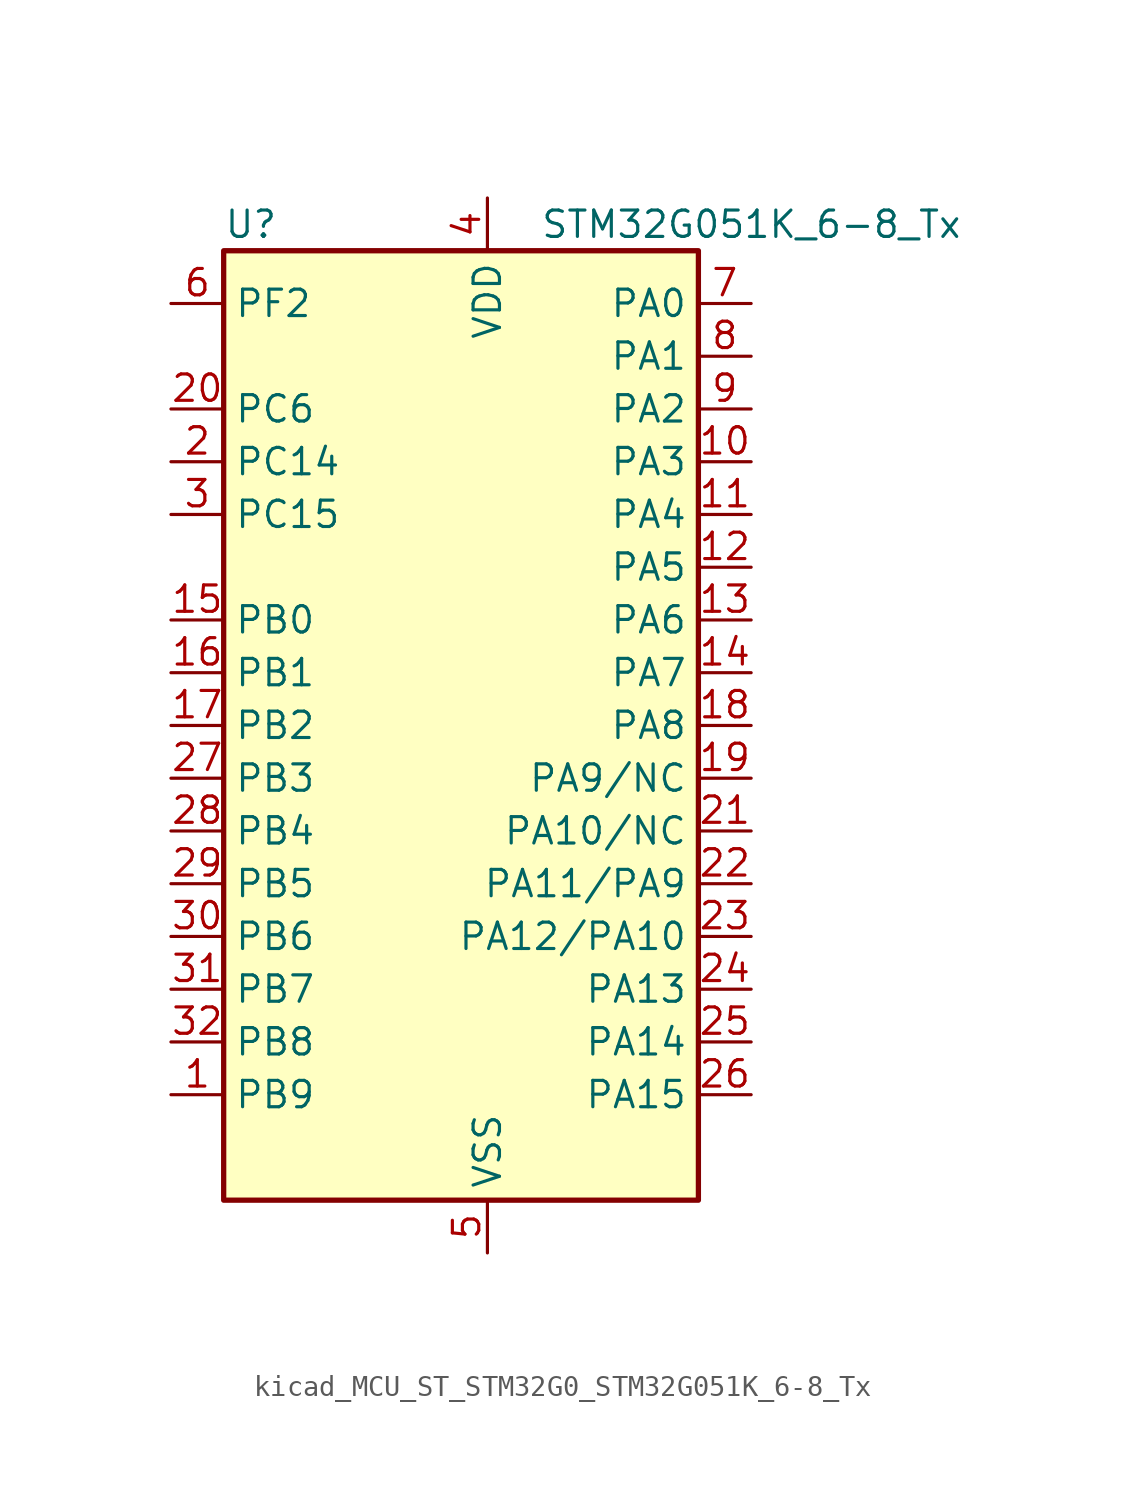
<source format=kicad_sym>
(kicad_symbol_lib
  (version 20220914)
  (generator kicad_symbol_editor)
  (symbol "kicad_MCU_ST_STM32G0_STM32G051K_6-8_Tx"
    (property "Reference" "U"
      (at -10.16 24.13 0)
      (effects (font (size 1.27 1.27)) (justify left)))
    (property "Value" "STM32G051K_6-8_Tx"
      (at 5.08 24.13 0)
      (effects (font (size 1.27 1.27)) (justify left)))
    (property "ki_locked" ""
      (at 0 0 0)
      (effects (font (size 1.27 1.27))))
    (symbol "kicad_MCU_ST_STM32G0_STM32G051K_6-8_Tx_0_1"
      (rectangle (start -10.16 -22.86) (end 12.7 22.86) (stroke (width 0.254) (type default)) (fill (type background))))
    (symbol "kicad_MCU_ST_STM32G0_STM32G051K_6-8_Tx_1_1"
      (pin bidirectional line (at -12.7 -17.78 0) (length 2.54) (name "PB9" (effects (font (size 1.27 1.27)))) (number "1" (effects (font (size 1.27 1.27)))) (alternate "DAC1_EXTI9" bidirectional line) (alternate "I2C1_SDA" bidirectional line) (alternate "IR_OUT" bidirectional line) (alternate "SPI2_NSS" bidirectional line) (alternate "TIM17_CH1" bidirectional line))
      (pin bidirectional line (at 15.24 12.7 180) (length 2.54) (name "PA3" (effects (font (size 1.27 1.27)))) (number "10" (effects (font (size 1.27 1.27)))) (alternate "ADC1_IN3" bidirectional line) (alternate "COMP2_INP" bidirectional line) (alternate "LPUART1_RX" bidirectional line) (alternate "SPI2_MISO" bidirectional line) (alternate "TIM15_CH2" bidirectional line) (alternate "TIM2_CH4" bidirectional line) (alternate "USART2_RX" bidirectional line))
      (pin bidirectional line (at 15.24 10.16 180) (length 2.54) (name "PA4" (effects (font (size 1.27 1.27)))) (number "11" (effects (font (size 1.27 1.27)))) (alternate "ADC1_IN4" bidirectional line) (alternate "DAC1_OUT1" bidirectional line) (alternate "I2S1_WS" bidirectional line) (alternate "LPTIM2_OUT" bidirectional line) (alternate "RTC_OUT1" bidirectional line) (alternate "RTC_TAMP_IN1" bidirectional line) (alternate "RTC_TS" bidirectional line) (alternate "SPI1_NSS" bidirectional line) (alternate "SPI2_MOSI" bidirectional line) (alternate "SYS_WKUP2" bidirectional line) (alternate "TIM14_CH1" bidirectional line))
      (pin bidirectional line (at 15.24 7.62 180) (length 2.54) (name "PA5" (effects (font (size 1.27 1.27)))) (number "12" (effects (font (size 1.27 1.27)))) (alternate "ADC1_IN5" bidirectional line) (alternate "DAC1_OUT2" bidirectional line) (alternate "I2S1_CK" bidirectional line) (alternate "LPTIM2_ETR" bidirectional line) (alternate "SPI1_SCK" bidirectional line) (alternate "TIM2_CH1" bidirectional line) (alternate "TIM2_ETR" bidirectional line))
      (pin bidirectional line (at 15.24 5.08 180) (length 2.54) (name "PA6" (effects (font (size 1.27 1.27)))) (number "13" (effects (font (size 1.27 1.27)))) (alternate "ADC1_IN6" bidirectional line) (alternate "COMP1_OUT" bidirectional line) (alternate "I2S1_MCK" bidirectional line) (alternate "LPUART1_CTS" bidirectional line) (alternate "SPI1_MISO" bidirectional line) (alternate "TIM16_CH1" bidirectional line) (alternate "TIM1_BK" bidirectional line) (alternate "TIM3_CH1" bidirectional line))
      (pin bidirectional line (at 15.24 2.54 180) (length 2.54) (name "PA7" (effects (font (size 1.27 1.27)))) (number "14" (effects (font (size 1.27 1.27)))) (alternate "ADC1_IN7" bidirectional line) (alternate "COMP2_OUT" bidirectional line) (alternate "I2S1_SD" bidirectional line) (alternate "SPI1_MOSI" bidirectional line) (alternate "TIM14_CH1" bidirectional line) (alternate "TIM17_CH1" bidirectional line) (alternate "TIM1_CH1N" bidirectional line) (alternate "TIM3_CH2" bidirectional line))
      (pin bidirectional line (at -12.7 5.08 0) (length 2.54) (name "PB0" (effects (font (size 1.27 1.27)))) (number "15" (effects (font (size 1.27 1.27)))) (alternate "ADC1_IN8" bidirectional line) (alternate "COMP1_OUT" bidirectional line) (alternate "I2S1_WS" bidirectional line) (alternate "LPTIM1_OUT" bidirectional line) (alternate "SPI1_NSS" bidirectional line) (alternate "TIM1_CH2N" bidirectional line) (alternate "TIM3_CH3" bidirectional line))
      (pin bidirectional line (at -12.7 2.54 0) (length 2.54) (name "PB1" (effects (font (size 1.27 1.27)))) (number "16" (effects (font (size 1.27 1.27)))) (alternate "ADC1_IN9" bidirectional line) (alternate "COMP1_INM" bidirectional line) (alternate "LPTIM2_IN1" bidirectional line) (alternate "LPUART1_DE" bidirectional line) (alternate "LPUART1_RTS" bidirectional line) (alternate "TIM14_CH1" bidirectional line) (alternate "TIM1_CH3N" bidirectional line) (alternate "TIM3_CH4" bidirectional line))
      (pin bidirectional line (at -12.7 0 0) (length 2.54) (name "PB2" (effects (font (size 1.27 1.27)))) (number "17" (effects (font (size 1.27 1.27)))) (alternate "ADC1_IN10" bidirectional line) (alternate "COMP1_INP" bidirectional line) (alternate "LPTIM1_OUT" bidirectional line) (alternate "SPI2_MISO" bidirectional line))
      (pin bidirectional line (at 15.24 0 180) (length 2.54) (name "PA8" (effects (font (size 1.27 1.27)))) (number "18" (effects (font (size 1.27 1.27)))) (alternate "LPTIM2_OUT" bidirectional line) (alternate "RCC_MCO" bidirectional line) (alternate "SPI2_NSS" bidirectional line) (alternate "TIM1_CH1" bidirectional line))
      (pin bidirectional line (at 15.24 -2.54 180) (length 2.54) (name "PA9/NC" (effects (font (size 1.27 1.27)))) (number "19" (effects (font (size 1.27 1.27)))) (alternate "DAC1_EXTI9" bidirectional line) (alternate "I2C1_SCL" bidirectional line) (alternate "RCC_MCO" bidirectional line) (alternate "SPI2_MISO" bidirectional line) (alternate "TIM15_BK" bidirectional line) (alternate "TIM1_CH2" bidirectional line) (alternate "USART1_TX" bidirectional line))
      (pin bidirectional line (at -12.7 12.7 0) (length 2.54) (name "PC14" (effects (font (size 1.27 1.27)))) (number "2" (effects (font (size 1.27 1.27)))) (alternate "RCC_OSC32_IN" bidirectional line) (alternate "RCC_OSC_IN" bidirectional line) (alternate "TIM1_BK2" bidirectional line))
      (pin bidirectional line (at -12.7 15.24 0) (length 2.54) (name "PC6" (effects (font (size 1.27 1.27)))) (number "20" (effects (font (size 1.27 1.27)))) (alternate "TIM2_CH3" bidirectional line) (alternate "TIM3_CH1" bidirectional line))
      (pin bidirectional line (at 15.24 -5.08 180) (length 2.54) (name "PA10/NC" (effects (font (size 1.27 1.27)))) (number "21" (effects (font (size 1.27 1.27)))) (alternate "I2C1_SDA" bidirectional line) (alternate "SPI2_MOSI" bidirectional line) (alternate "TIM17_BK" bidirectional line) (alternate "TIM1_CH3" bidirectional line) (alternate "USART1_RX" bidirectional line))
      (pin bidirectional line (at 15.24 -7.62 180) (length 2.54) (name "PA11/PA9" (effects (font (size 1.27 1.27)))) (number "22" (effects (font (size 1.27 1.27)))) (alternate "ADC1_EXTI11" bidirectional line) (alternate "ADC1_IN15" bidirectional line) (alternate "COMP1_OUT" bidirectional line) (alternate "I2C2_SCL" bidirectional line) (alternate "I2S1_MCK" bidirectional line) (alternate "SPI1_MISO" bidirectional line) (alternate "TIM1_BK2" bidirectional line) (alternate "TIM1_CH4" bidirectional line) (alternate "USART1_CTS" bidirectional line) (alternate "USART1_NSS" bidirectional line))
      (pin bidirectional line (at 15.24 -10.16 180) (length 2.54) (name "PA12/PA10" (effects (font (size 1.27 1.27)))) (number "23" (effects (font (size 1.27 1.27)))) (alternate "ADC1_IN16" bidirectional line) (alternate "COMP2_OUT" bidirectional line) (alternate "I2C2_SDA" bidirectional line) (alternate "I2S1_SD" bidirectional line) (alternate "I2S_CKIN" bidirectional line) (alternate "SPI1_MOSI" bidirectional line) (alternate "TIM1_ETR" bidirectional line) (alternate "USART1_CK" bidirectional line) (alternate "USART1_DE" bidirectional line) (alternate "USART1_RTS" bidirectional line))
      (pin bidirectional line (at 15.24 -12.7 180) (length 2.54) (name "PA13" (effects (font (size 1.27 1.27)))) (number "24" (effects (font (size 1.27 1.27)))) (alternate "ADC1_IN17" bidirectional line) (alternate "IR_OUT" bidirectional line) (alternate "SYS_SWDIO" bidirectional line))
      (pin bidirectional line (at 15.24 -15.24 180) (length 2.54) (name "PA14" (effects (font (size 1.27 1.27)))) (number "25" (effects (font (size 1.27 1.27)))) (alternate "ADC1_IN18" bidirectional line) (alternate "SYS_SWCLK" bidirectional line) (alternate "USART2_TX" bidirectional line))
      (pin bidirectional line (at 15.24 -17.78 180) (length 2.54) (name "PA15" (effects (font (size 1.27 1.27)))) (number "26" (effects (font (size 1.27 1.27)))) (alternate "I2S1_WS" bidirectional line) (alternate "SPI1_NSS" bidirectional line) (alternate "TIM2_CH1" bidirectional line) (alternate "TIM2_ETR" bidirectional line) (alternate "USART2_RX" bidirectional line))
      (pin bidirectional line (at -12.7 -2.54 0) (length 2.54) (name "PB3" (effects (font (size 1.27 1.27)))) (number "27" (effects (font (size 1.27 1.27)))) (alternate "COMP2_INM" bidirectional line) (alternate "I2S1_CK" bidirectional line) (alternate "SPI1_SCK" bidirectional line) (alternate "TIM1_CH2" bidirectional line) (alternate "TIM2_CH2" bidirectional line) (alternate "USART1_CK" bidirectional line) (alternate "USART1_DE" bidirectional line) (alternate "USART1_RTS" bidirectional line))
      (pin bidirectional line (at -12.7 -5.08 0) (length 2.54) (name "PB4" (effects (font (size 1.27 1.27)))) (number "28" (effects (font (size 1.27 1.27)))) (alternate "COMP2_INP" bidirectional line) (alternate "I2S1_MCK" bidirectional line) (alternate "SPI1_MISO" bidirectional line) (alternate "TIM17_BK" bidirectional line) (alternate "TIM3_CH1" bidirectional line) (alternate "USART1_CTS" bidirectional line) (alternate "USART1_NSS" bidirectional line))
      (pin bidirectional line (at -12.7 -7.62 0) (length 2.54) (name "PB5" (effects (font (size 1.27 1.27)))) (number "29" (effects (font (size 1.27 1.27)))) (alternate "COMP2_OUT" bidirectional line) (alternate "I2C1_SMBA" bidirectional line) (alternate "I2S1_SD" bidirectional line) (alternate "LPTIM1_IN1" bidirectional line) (alternate "SPI1_MOSI" bidirectional line) (alternate "SYS_WKUP6" bidirectional line) (alternate "TIM16_BK" bidirectional line) (alternate "TIM3_CH2" bidirectional line))
      (pin bidirectional line (at -12.7 10.16 0) (length 2.54) (name "PC15" (effects (font (size 1.27 1.27)))) (number "3" (effects (font (size 1.27 1.27)))) (alternate "RCC_OSC32_EN" bidirectional line) (alternate "RCC_OSC32_OUT" bidirectional line) (alternate "RCC_OSC_EN" bidirectional line) (alternate "TIM15_BK" bidirectional line))
      (pin bidirectional line (at -12.7 -10.16 0) (length 2.54) (name "PB6" (effects (font (size 1.27 1.27)))) (number "30" (effects (font (size 1.27 1.27)))) (alternate "COMP2_INP" bidirectional line) (alternate "I2C1_SCL" bidirectional line) (alternate "LPTIM1_ETR" bidirectional line) (alternate "SPI2_MISO" bidirectional line) (alternate "TIM16_CH1N" bidirectional line) (alternate "TIM1_CH3" bidirectional line) (alternate "USART1_TX" bidirectional line))
      (pin bidirectional line (at -12.7 -12.7 0) (length 2.54) (name "PB7" (effects (font (size 1.27 1.27)))) (number "31" (effects (font (size 1.27 1.27)))) (alternate "ADC1_IN11" bidirectional line) (alternate "COMP2_INM" bidirectional line) (alternate "I2C1_SDA" bidirectional line) (alternate "LPTIM1_IN2" bidirectional line) (alternate "SPI2_MOSI" bidirectional line) (alternate "SYS_PVD_IN" bidirectional line) (alternate "TIM17_CH1N" bidirectional line) (alternate "USART1_RX" bidirectional line))
      (pin bidirectional line (at -12.7 -15.24 0) (length 2.54) (name "PB8" (effects (font (size 1.27 1.27)))) (number "32" (effects (font (size 1.27 1.27)))) (alternate "I2C1_SCL" bidirectional line) (alternate "SPI2_SCK" bidirectional line) (alternate "TIM15_BK" bidirectional line) (alternate "TIM16_CH1" bidirectional line))
      (pin power_in line (at 2.54 25.4 270) (length 2.54) (name "VDD" (effects (font (size 1.27 1.27)))) (number "4" (effects (font (size 1.27 1.27)))))
      (pin power_in line (at 2.54 -25.4 90) (length 2.54) (name "VSS" (effects (font (size 1.27 1.27)))) (number "5" (effects (font (size 1.27 1.27)))))
      (pin bidirectional line (at -12.7 20.32 0) (length 2.54) (name "PF2" (effects (font (size 1.27 1.27)))) (number "6" (effects (font (size 1.27 1.27)))) (alternate "RCC_MCO" bidirectional line))
      (pin bidirectional line (at 15.24 20.32 180) (length 2.54) (name "PA0" (effects (font (size 1.27 1.27)))) (number "7" (effects (font (size 1.27 1.27)))) (alternate "ADC1_IN0" bidirectional line) (alternate "COMP1_INM" bidirectional line) (alternate "COMP1_OUT" bidirectional line) (alternate "LPTIM1_OUT" bidirectional line) (alternate "RTC_TAMP_IN2" bidirectional line) (alternate "SPI2_SCK" bidirectional line) (alternate "SYS_WKUP1" bidirectional line) (alternate "TIM2_CH1" bidirectional line) (alternate "TIM2_ETR" bidirectional line) (alternate "USART2_CTS" bidirectional line) (alternate "USART2_NSS" bidirectional line))
      (pin bidirectional line (at 15.24 17.78 180) (length 2.54) (name "PA1" (effects (font (size 1.27 1.27)))) (number "8" (effects (font (size 1.27 1.27)))) (alternate "ADC1_IN1" bidirectional line) (alternate "COMP1_INP" bidirectional line) (alternate "I2C1_SMBA" bidirectional line) (alternate "I2S1_CK" bidirectional line) (alternate "SPI1_SCK" bidirectional line) (alternate "TIM15_CH1N" bidirectional line) (alternate "TIM2_CH2" bidirectional line) (alternate "USART2_CK" bidirectional line) (alternate "USART2_DE" bidirectional line) (alternate "USART2_RTS" bidirectional line))
      (pin bidirectional line (at 15.24 15.24 180) (length 2.54) (name "PA2" (effects (font (size 1.27 1.27)))) (number "9" (effects (font (size 1.27 1.27)))) (alternate "ADC1_IN2" bidirectional line) (alternate "COMP2_INM" bidirectional line) (alternate "COMP2_OUT" bidirectional line) (alternate "I2S1_SD" bidirectional line) (alternate "LPUART1_TX" bidirectional line) (alternate "RCC_LSCO" bidirectional line) (alternate "SPI1_MOSI" bidirectional line) (alternate "SYS_WKUP4" bidirectional line) (alternate "TIM15_CH1" bidirectional line) (alternate "TIM2_CH3" bidirectional line) (alternate "USART2_TX" bidirectional line)))))
</source>
